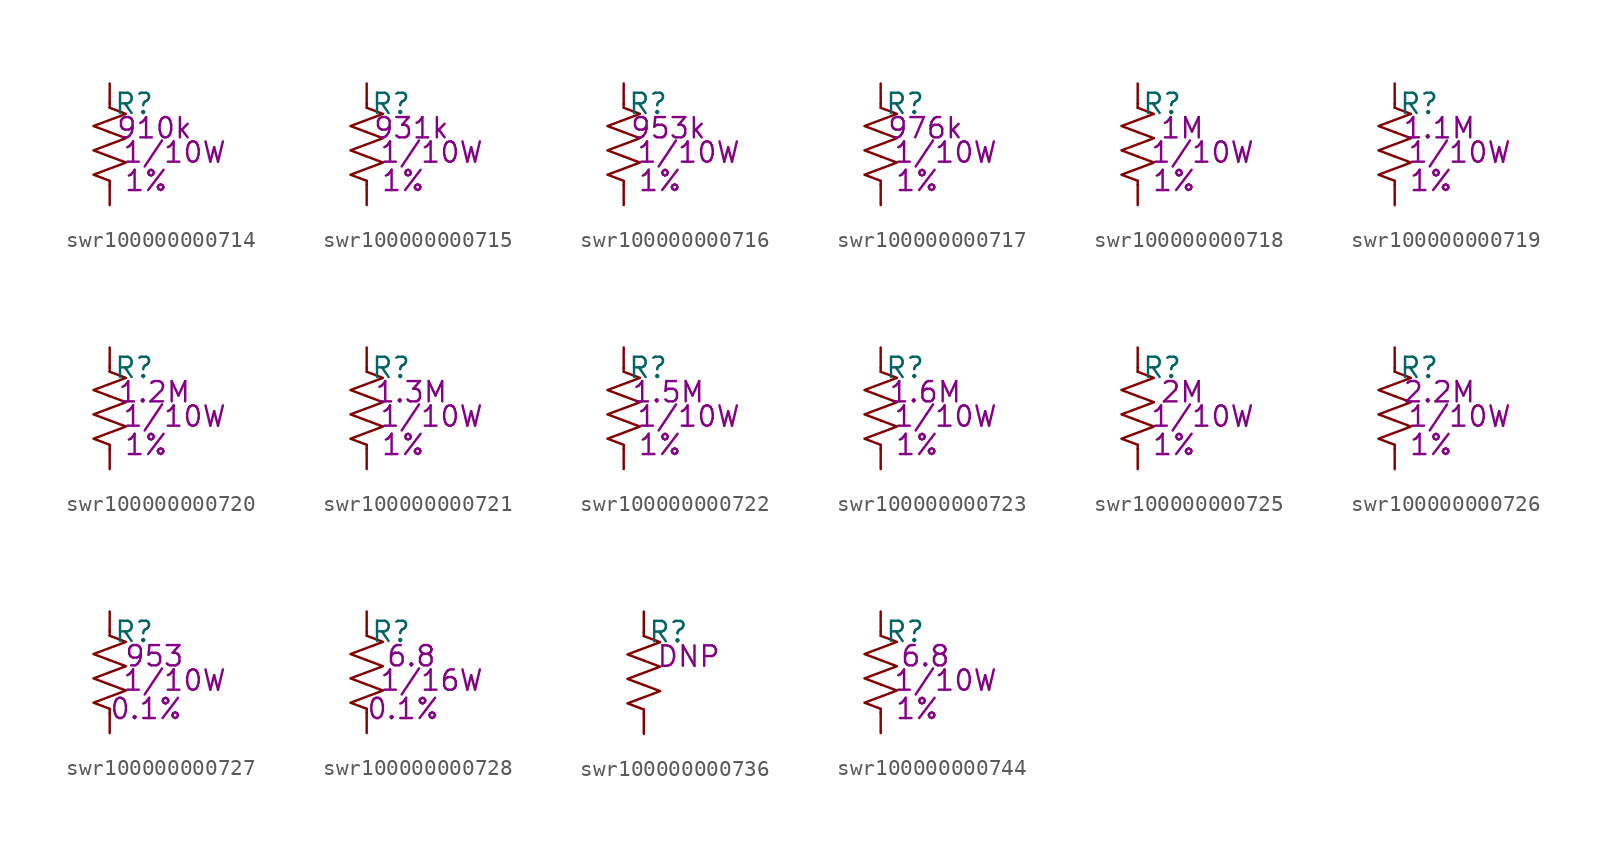
<source format=kicad_sym>
(kicad_symbol_lib
  (version 20211014)
  (generator kicad_symbol_editor)
  (symbol "swr100000000714"
    (pin_numbers hide)
    (pin_names
      (offset 1.016))
    (property "Reference" "R"
      (at 1.524 2.54 0)
      (effects (font (size 1.27 1.27))))
    (property "Tolerance" "1%"
      (at 2.286 -2.286 0)
      (effects (font (size 1.27 1.27))))
    (property "Wattage" "1/10W"
      (at 4.064 -0.508 0)
      (effects (font (size 1.27 1.27))))
    (property "PartValue" "910k"
      (at 2.794 1.016 0)
      (effects (font (size 1.27 1.27))))
    (symbol "swr100000000714_1_1"
      (polyline (pts (xy 0 -2.286) (xy 0 -2.54)) (stroke (width 0) (type default) (color 0 0 0 0)) (fill (type none)))
      (polyline (pts (xy 0 2.286) (xy 0 2.54)) (stroke (width 0) (type default) (color 0 0 0 0)) (fill (type none)))
      (polyline (pts (xy 0 -0.762) (xy 1.016 -1.143) (xy 0 -1.524) (xy -1.016 -1.905) (xy 0 -2.286)) (stroke (width 0) (type default) (color 0 0 0 0)) (fill (type none)))
      (polyline (pts (xy 0 0.762) (xy 1.016 0.381) (xy 0 0) (xy -1.016 -0.381) (xy 0 -0.762)) (stroke (width 0) (type default) (color 0 0 0 0)) (fill (type none)))
      (polyline (pts (xy 0 2.286) (xy 1.016 1.905) (xy 0 1.524) (xy -1.016 1.143) (xy 0 0.762)) (stroke (width 0) (type default) (color 0 0 0 0)) (fill (type none)))
      (pin passive line (at 0 3.81 270) (length 1.27) (name "~" (effects (font (size 1.27 1.27)))) (number "1" (effects (font (size 1.27 1.27)))))
      (pin passive line (at 0 -3.81 90) (length 1.27) (name "~" (effects (font (size 1.27 1.27)))) (number "2" (effects (font (size 1.27 1.27)))))))
  (symbol "swr100000000715"
    (pin_numbers hide)
    (pin_names
      (offset 1.016))
    (property "Reference" "R"
      (at 1.524 2.54 0)
      (effects (font (size 1.27 1.27))))
    (property "Tolerance" "1%"
      (at 2.286 -2.286 0)
      (effects (font (size 1.27 1.27))))
    (property "Wattage" "1/10W"
      (at 4.064 -0.508 0)
      (effects (font (size 1.27 1.27))))
    (property "PartValue" "931k"
      (at 2.794 1.016 0)
      (effects (font (size 1.27 1.27))))
    (symbol "swr100000000715_1_1"
      (polyline (pts (xy 0 -2.286) (xy 0 -2.54)) (stroke (width 0) (type default) (color 0 0 0 0)) (fill (type none)))
      (polyline (pts (xy 0 2.286) (xy 0 2.54)) (stroke (width 0) (type default) (color 0 0 0 0)) (fill (type none)))
      (polyline (pts (xy 0 -0.762) (xy 1.016 -1.143) (xy 0 -1.524) (xy -1.016 -1.905) (xy 0 -2.286)) (stroke (width 0) (type default) (color 0 0 0 0)) (fill (type none)))
      (polyline (pts (xy 0 0.762) (xy 1.016 0.381) (xy 0 0) (xy -1.016 -0.381) (xy 0 -0.762)) (stroke (width 0) (type default) (color 0 0 0 0)) (fill (type none)))
      (polyline (pts (xy 0 2.286) (xy 1.016 1.905) (xy 0 1.524) (xy -1.016 1.143) (xy 0 0.762)) (stroke (width 0) (type default) (color 0 0 0 0)) (fill (type none)))
      (pin passive line (at 0 3.81 270) (length 1.27) (name "~" (effects (font (size 1.27 1.27)))) (number "1" (effects (font (size 1.27 1.27)))))
      (pin passive line (at 0 -3.81 90) (length 1.27) (name "~" (effects (font (size 1.27 1.27)))) (number "2" (effects (font (size 1.27 1.27)))))))
  (symbol "swr100000000716"
    (pin_numbers hide)
    (pin_names
      (offset 1.016))
    (property "Reference" "R"
      (at 1.524 2.54 0)
      (effects (font (size 1.27 1.27))))
    (property "Tolerance" "1%"
      (at 2.286 -2.286 0)
      (effects (font (size 1.27 1.27))))
    (property "Wattage" "1/10W"
      (at 4.064 -0.508 0)
      (effects (font (size 1.27 1.27))))
    (property "PartValue" "953k"
      (at 2.794 1.016 0)
      (effects (font (size 1.27 1.27))))
    (symbol "swr100000000716_1_1"
      (polyline (pts (xy 0 -2.286) (xy 0 -2.54)) (stroke (width 0) (type default) (color 0 0 0 0)) (fill (type none)))
      (polyline (pts (xy 0 2.286) (xy 0 2.54)) (stroke (width 0) (type default) (color 0 0 0 0)) (fill (type none)))
      (polyline (pts (xy 0 -0.762) (xy 1.016 -1.143) (xy 0 -1.524) (xy -1.016 -1.905) (xy 0 -2.286)) (stroke (width 0) (type default) (color 0 0 0 0)) (fill (type none)))
      (polyline (pts (xy 0 0.762) (xy 1.016 0.381) (xy 0 0) (xy -1.016 -0.381) (xy 0 -0.762)) (stroke (width 0) (type default) (color 0 0 0 0)) (fill (type none)))
      (polyline (pts (xy 0 2.286) (xy 1.016 1.905) (xy 0 1.524) (xy -1.016 1.143) (xy 0 0.762)) (stroke (width 0) (type default) (color 0 0 0 0)) (fill (type none)))
      (pin passive line (at 0 3.81 270) (length 1.27) (name "~" (effects (font (size 1.27 1.27)))) (number "1" (effects (font (size 1.27 1.27)))))
      (pin passive line (at 0 -3.81 90) (length 1.27) (name "~" (effects (font (size 1.27 1.27)))) (number "2" (effects (font (size 1.27 1.27)))))))
  (symbol "swr100000000717"
    (pin_numbers hide)
    (pin_names
      (offset 1.016))
    (property "Reference" "R"
      (at 1.524 2.54 0)
      (effects (font (size 1.27 1.27))))
    (property "Tolerance" "1%"
      (at 2.286 -2.286 0)
      (effects (font (size 1.27 1.27))))
    (property "Wattage" "1/10W"
      (at 4.064 -0.508 0)
      (effects (font (size 1.27 1.27))))
    (property "PartValue" "976k"
      (at 2.794 1.016 0)
      (effects (font (size 1.27 1.27))))
    (symbol "swr100000000717_1_1"
      (polyline (pts (xy 0 -2.286) (xy 0 -2.54)) (stroke (width 0) (type default) (color 0 0 0 0)) (fill (type none)))
      (polyline (pts (xy 0 2.286) (xy 0 2.54)) (stroke (width 0) (type default) (color 0 0 0 0)) (fill (type none)))
      (polyline (pts (xy 0 -0.762) (xy 1.016 -1.143) (xy 0 -1.524) (xy -1.016 -1.905) (xy 0 -2.286)) (stroke (width 0) (type default) (color 0 0 0 0)) (fill (type none)))
      (polyline (pts (xy 0 0.762) (xy 1.016 0.381) (xy 0 0) (xy -1.016 -0.381) (xy 0 -0.762)) (stroke (width 0) (type default) (color 0 0 0 0)) (fill (type none)))
      (polyline (pts (xy 0 2.286) (xy 1.016 1.905) (xy 0 1.524) (xy -1.016 1.143) (xy 0 0.762)) (stroke (width 0) (type default) (color 0 0 0 0)) (fill (type none)))
      (pin passive line (at 0 3.81 270) (length 1.27) (name "~" (effects (font (size 1.27 1.27)))) (number "1" (effects (font (size 1.27 1.27)))))
      (pin passive line (at 0 -3.81 90) (length 1.27) (name "~" (effects (font (size 1.27 1.27)))) (number "2" (effects (font (size 1.27 1.27)))))))
  (symbol "swr100000000718"
    (pin_numbers hide)
    (pin_names
      (offset 1.016))
    (property "Reference" "R"
      (at 1.524 2.54 0)
      (effects (font (size 1.27 1.27))))
    (property "Tolerance" "1%"
      (at 2.286 -2.286 0)
      (effects (font (size 1.27 1.27))))
    (property "Wattage" "1/10W"
      (at 4.064 -0.508 0)
      (effects (font (size 1.27 1.27))))
    (property "PartValue" "1M"
      (at 2.794 1.016 0)
      (effects (font (size 1.27 1.27))))
    (symbol "swr100000000718_1_1"
      (polyline (pts (xy 0 -2.286) (xy 0 -2.54)) (stroke (width 0) (type default) (color 0 0 0 0)) (fill (type none)))
      (polyline (pts (xy 0 2.286) (xy 0 2.54)) (stroke (width 0) (type default) (color 0 0 0 0)) (fill (type none)))
      (polyline (pts (xy 0 -0.762) (xy 1.016 -1.143) (xy 0 -1.524) (xy -1.016 -1.905) (xy 0 -2.286)) (stroke (width 0) (type default) (color 0 0 0 0)) (fill (type none)))
      (polyline (pts (xy 0 0.762) (xy 1.016 0.381) (xy 0 0) (xy -1.016 -0.381) (xy 0 -0.762)) (stroke (width 0) (type default) (color 0 0 0 0)) (fill (type none)))
      (polyline (pts (xy 0 2.286) (xy 1.016 1.905) (xy 0 1.524) (xy -1.016 1.143) (xy 0 0.762)) (stroke (width 0) (type default) (color 0 0 0 0)) (fill (type none)))
      (pin passive line (at 0 3.81 270) (length 1.27) (name "~" (effects (font (size 1.27 1.27)))) (number "1" (effects (font (size 1.27 1.27)))))
      (pin passive line (at 0 -3.81 90) (length 1.27) (name "~" (effects (font (size 1.27 1.27)))) (number "2" (effects (font (size 1.27 1.27)))))))
  (symbol "swr100000000719"
    (pin_numbers hide)
    (pin_names
      (offset 1.016))
    (property "Reference" "R"
      (at 1.524 2.54 0)
      (effects (font (size 1.27 1.27))))
    (property "Tolerance" "1%"
      (at 2.286 -2.286 0)
      (effects (font (size 1.27 1.27))))
    (property "Wattage" "1/10W"
      (at 4.064 -0.508 0)
      (effects (font (size 1.27 1.27))))
    (property "PartValue" "1.1M"
      (at 2.794 1.016 0)
      (effects (font (size 1.27 1.27))))
    (symbol "swr100000000719_1_1"
      (polyline (pts (xy 0 -2.286) (xy 0 -2.54)) (stroke (width 0) (type default) (color 0 0 0 0)) (fill (type none)))
      (polyline (pts (xy 0 2.286) (xy 0 2.54)) (stroke (width 0) (type default) (color 0 0 0 0)) (fill (type none)))
      (polyline (pts (xy 0 -0.762) (xy 1.016 -1.143) (xy 0 -1.524) (xy -1.016 -1.905) (xy 0 -2.286)) (stroke (width 0) (type default) (color 0 0 0 0)) (fill (type none)))
      (polyline (pts (xy 0 0.762) (xy 1.016 0.381) (xy 0 0) (xy -1.016 -0.381) (xy 0 -0.762)) (stroke (width 0) (type default) (color 0 0 0 0)) (fill (type none)))
      (polyline (pts (xy 0 2.286) (xy 1.016 1.905) (xy 0 1.524) (xy -1.016 1.143) (xy 0 0.762)) (stroke (width 0) (type default) (color 0 0 0 0)) (fill (type none)))
      (pin passive line (at 0 3.81 270) (length 1.27) (name "~" (effects (font (size 1.27 1.27)))) (number "1" (effects (font (size 1.27 1.27)))))
      (pin passive line (at 0 -3.81 90) (length 1.27) (name "~" (effects (font (size 1.27 1.27)))) (number "2" (effects (font (size 1.27 1.27)))))))
  (symbol "swr100000000720"
    (pin_numbers hide)
    (pin_names
      (offset 1.016))
    (property "Reference" "R"
      (at 1.524 2.54 0)
      (effects (font (size 1.27 1.27))))
    (property "Tolerance" "1%"
      (at 2.286 -2.286 0)
      (effects (font (size 1.27 1.27))))
    (property "Wattage" "1/10W"
      (at 4.064 -0.508 0)
      (effects (font (size 1.27 1.27))))
    (property "PartValue" "1.2M"
      (at 2.794 1.016 0)
      (effects (font (size 1.27 1.27))))
    (symbol "swr100000000720_1_1"
      (polyline (pts (xy 0 -2.286) (xy 0 -2.54)) (stroke (width 0) (type default) (color 0 0 0 0)) (fill (type none)))
      (polyline (pts (xy 0 2.286) (xy 0 2.54)) (stroke (width 0) (type default) (color 0 0 0 0)) (fill (type none)))
      (polyline (pts (xy 0 -0.762) (xy 1.016 -1.143) (xy 0 -1.524) (xy -1.016 -1.905) (xy 0 -2.286)) (stroke (width 0) (type default) (color 0 0 0 0)) (fill (type none)))
      (polyline (pts (xy 0 0.762) (xy 1.016 0.381) (xy 0 0) (xy -1.016 -0.381) (xy 0 -0.762)) (stroke (width 0) (type default) (color 0 0 0 0)) (fill (type none)))
      (polyline (pts (xy 0 2.286) (xy 1.016 1.905) (xy 0 1.524) (xy -1.016 1.143) (xy 0 0.762)) (stroke (width 0) (type default) (color 0 0 0 0)) (fill (type none)))
      (pin passive line (at 0 3.81 270) (length 1.27) (name "~" (effects (font (size 1.27 1.27)))) (number "1" (effects (font (size 1.27 1.27)))))
      (pin passive line (at 0 -3.81 90) (length 1.27) (name "~" (effects (font (size 1.27 1.27)))) (number "2" (effects (font (size 1.27 1.27)))))))
  (symbol "swr100000000721"
    (pin_numbers hide)
    (pin_names
      (offset 1.016))
    (property "Reference" "R"
      (at 1.524 2.54 0)
      (effects (font (size 1.27 1.27))))
    (property "Tolerance" "1%"
      (at 2.286 -2.286 0)
      (effects (font (size 1.27 1.27))))
    (property "Wattage" "1/10W"
      (at 4.064 -0.508 0)
      (effects (font (size 1.27 1.27))))
    (property "PartValue" "1.3M"
      (at 2.794 1.016 0)
      (effects (font (size 1.27 1.27))))
    (symbol "swr100000000721_1_1"
      (polyline (pts (xy 0 -2.286) (xy 0 -2.54)) (stroke (width 0) (type default) (color 0 0 0 0)) (fill (type none)))
      (polyline (pts (xy 0 2.286) (xy 0 2.54)) (stroke (width 0) (type default) (color 0 0 0 0)) (fill (type none)))
      (polyline (pts (xy 0 -0.762) (xy 1.016 -1.143) (xy 0 -1.524) (xy -1.016 -1.905) (xy 0 -2.286)) (stroke (width 0) (type default) (color 0 0 0 0)) (fill (type none)))
      (polyline (pts (xy 0 0.762) (xy 1.016 0.381) (xy 0 0) (xy -1.016 -0.381) (xy 0 -0.762)) (stroke (width 0) (type default) (color 0 0 0 0)) (fill (type none)))
      (polyline (pts (xy 0 2.286) (xy 1.016 1.905) (xy 0 1.524) (xy -1.016 1.143) (xy 0 0.762)) (stroke (width 0) (type default) (color 0 0 0 0)) (fill (type none)))
      (pin passive line (at 0 3.81 270) (length 1.27) (name "~" (effects (font (size 1.27 1.27)))) (number "1" (effects (font (size 1.27 1.27)))))
      (pin passive line (at 0 -3.81 90) (length 1.27) (name "~" (effects (font (size 1.27 1.27)))) (number "2" (effects (font (size 1.27 1.27)))))))
  (symbol "swr100000000722"
    (pin_numbers hide)
    (pin_names
      (offset 1.016))
    (property "Reference" "R"
      (at 1.524 2.54 0)
      (effects (font (size 1.27 1.27))))
    (property "Tolerance" "1%"
      (at 2.286 -2.286 0)
      (effects (font (size 1.27 1.27))))
    (property "Wattage" "1/10W"
      (at 4.064 -0.508 0)
      (effects (font (size 1.27 1.27))))
    (property "PartValue" "1.5M"
      (at 2.794 1.016 0)
      (effects (font (size 1.27 1.27))))
    (symbol "swr100000000722_1_1"
      (polyline (pts (xy 0 -2.286) (xy 0 -2.54)) (stroke (width 0) (type default) (color 0 0 0 0)) (fill (type none)))
      (polyline (pts (xy 0 2.286) (xy 0 2.54)) (stroke (width 0) (type default) (color 0 0 0 0)) (fill (type none)))
      (polyline (pts (xy 0 -0.762) (xy 1.016 -1.143) (xy 0 -1.524) (xy -1.016 -1.905) (xy 0 -2.286)) (stroke (width 0) (type default) (color 0 0 0 0)) (fill (type none)))
      (polyline (pts (xy 0 0.762) (xy 1.016 0.381) (xy 0 0) (xy -1.016 -0.381) (xy 0 -0.762)) (stroke (width 0) (type default) (color 0 0 0 0)) (fill (type none)))
      (polyline (pts (xy 0 2.286) (xy 1.016 1.905) (xy 0 1.524) (xy -1.016 1.143) (xy 0 0.762)) (stroke (width 0) (type default) (color 0 0 0 0)) (fill (type none)))
      (pin passive line (at 0 3.81 270) (length 1.27) (name "~" (effects (font (size 1.27 1.27)))) (number "1" (effects (font (size 1.27 1.27)))))
      (pin passive line (at 0 -3.81 90) (length 1.27) (name "~" (effects (font (size 1.27 1.27)))) (number "2" (effects (font (size 1.27 1.27)))))))
  (symbol "swr100000000723"
    (pin_numbers hide)
    (pin_names
      (offset 1.016))
    (property "Reference" "R"
      (at 1.524 2.54 0)
      (effects (font (size 1.27 1.27))))
    (property "Tolerance" "1%"
      (at 2.286 -2.286 0)
      (effects (font (size 1.27 1.27))))
    (property "Wattage" "1/10W"
      (at 4.064 -0.508 0)
      (effects (font (size 1.27 1.27))))
    (property "PartValue" "1.6M"
      (at 2.794 1.016 0)
      (effects (font (size 1.27 1.27))))
    (symbol "swr100000000723_1_1"
      (polyline (pts (xy 0 -2.286) (xy 0 -2.54)) (stroke (width 0) (type default) (color 0 0 0 0)) (fill (type none)))
      (polyline (pts (xy 0 2.286) (xy 0 2.54)) (stroke (width 0) (type default) (color 0 0 0 0)) (fill (type none)))
      (polyline (pts (xy 0 -0.762) (xy 1.016 -1.143) (xy 0 -1.524) (xy -1.016 -1.905) (xy 0 -2.286)) (stroke (width 0) (type default) (color 0 0 0 0)) (fill (type none)))
      (polyline (pts (xy 0 0.762) (xy 1.016 0.381) (xy 0 0) (xy -1.016 -0.381) (xy 0 -0.762)) (stroke (width 0) (type default) (color 0 0 0 0)) (fill (type none)))
      (polyline (pts (xy 0 2.286) (xy 1.016 1.905) (xy 0 1.524) (xy -1.016 1.143) (xy 0 0.762)) (stroke (width 0) (type default) (color 0 0 0 0)) (fill (type none)))
      (pin passive line (at 0 3.81 270) (length 1.27) (name "~" (effects (font (size 1.27 1.27)))) (number "1" (effects (font (size 1.27 1.27)))))
      (pin passive line (at 0 -3.81 90) (length 1.27) (name "~" (effects (font (size 1.27 1.27)))) (number "2" (effects (font (size 1.27 1.27)))))))
  (symbol "swr100000000725"
    (pin_numbers hide)
    (pin_names
      (offset 1.016))
    (property "Reference" "R"
      (at 1.524 2.54 0)
      (effects (font (size 1.27 1.27))))
    (property "Tolerance" "1%"
      (at 2.286 -2.286 0)
      (effects (font (size 1.27 1.27))))
    (property "Wattage" "1/10W"
      (at 4.064 -0.508 0)
      (effects (font (size 1.27 1.27))))
    (property "PartValue" "2M"
      (at 2.794 1.016 0)
      (effects (font (size 1.27 1.27))))
    (symbol "swr100000000725_1_1"
      (polyline (pts (xy 0 -2.286) (xy 0 -2.54)) (stroke (width 0) (type default) (color 0 0 0 0)) (fill (type none)))
      (polyline (pts (xy 0 2.286) (xy 0 2.54)) (stroke (width 0) (type default) (color 0 0 0 0)) (fill (type none)))
      (polyline (pts (xy 0 -0.762) (xy 1.016 -1.143) (xy 0 -1.524) (xy -1.016 -1.905) (xy 0 -2.286)) (stroke (width 0) (type default) (color 0 0 0 0)) (fill (type none)))
      (polyline (pts (xy 0 0.762) (xy 1.016 0.381) (xy 0 0) (xy -1.016 -0.381) (xy 0 -0.762)) (stroke (width 0) (type default) (color 0 0 0 0)) (fill (type none)))
      (polyline (pts (xy 0 2.286) (xy 1.016 1.905) (xy 0 1.524) (xy -1.016 1.143) (xy 0 0.762)) (stroke (width 0) (type default) (color 0 0 0 0)) (fill (type none)))
      (pin passive line (at 0 3.81 270) (length 1.27) (name "~" (effects (font (size 1.27 1.27)))) (number "1" (effects (font (size 1.27 1.27)))))
      (pin passive line (at 0 -3.81 90) (length 1.27) (name "~" (effects (font (size 1.27 1.27)))) (number "2" (effects (font (size 1.27 1.27)))))))
  (symbol "swr100000000726"
    (pin_numbers hide)
    (pin_names
      (offset 1.016))
    (property "Reference" "R"
      (at 1.524 2.54 0)
      (effects (font (size 1.27 1.27))))
    (property "Tolerance" "1%"
      (at 2.286 -2.286 0)
      (effects (font (size 1.27 1.27))))
    (property "Wattage" "1/10W"
      (at 4.064 -0.508 0)
      (effects (font (size 1.27 1.27))))
    (property "PartValue" "2.2M"
      (at 2.794 1.016 0)
      (effects (font (size 1.27 1.27))))
    (symbol "swr100000000726_1_1"
      (polyline (pts (xy 0 -2.286) (xy 0 -2.54)) (stroke (width 0) (type default) (color 0 0 0 0)) (fill (type none)))
      (polyline (pts (xy 0 2.286) (xy 0 2.54)) (stroke (width 0) (type default) (color 0 0 0 0)) (fill (type none)))
      (polyline (pts (xy 0 -0.762) (xy 1.016 -1.143) (xy 0 -1.524) (xy -1.016 -1.905) (xy 0 -2.286)) (stroke (width 0) (type default) (color 0 0 0 0)) (fill (type none)))
      (polyline (pts (xy 0 0.762) (xy 1.016 0.381) (xy 0 0) (xy -1.016 -0.381) (xy 0 -0.762)) (stroke (width 0) (type default) (color 0 0 0 0)) (fill (type none)))
      (polyline (pts (xy 0 2.286) (xy 1.016 1.905) (xy 0 1.524) (xy -1.016 1.143) (xy 0 0.762)) (stroke (width 0) (type default) (color 0 0 0 0)) (fill (type none)))
      (pin passive line (at 0 3.81 270) (length 1.27) (name "~" (effects (font (size 1.27 1.27)))) (number "1" (effects (font (size 1.27 1.27)))))
      (pin passive line (at 0 -3.81 90) (length 1.27) (name "~" (effects (font (size 1.27 1.27)))) (number "2" (effects (font (size 1.27 1.27)))))))
  (symbol "swr100000000727"
    (pin_numbers hide)
    (pin_names
      (offset 1.016))
    (property "Reference" "R"
      (at 1.524 2.54 0)
      (effects (font (size 1.27 1.27))))
    (property "Tolerance" "0.1%"
      (at 2.286 -2.286 0)
      (effects (font (size 1.27 1.27))))
    (property "Wattage" "1/10W"
      (at 4.064 -0.508 0)
      (effects (font (size 1.27 1.27))))
    (property "PartValue" "953"
      (at 2.794 1.016 0)
      (effects (font (size 1.27 1.27))))
    (symbol "swr100000000727_1_1"
      (polyline (pts (xy 0 -2.286) (xy 0 -2.54)) (stroke (width 0) (type default) (color 0 0 0 0)) (fill (type none)))
      (polyline (pts (xy 0 2.286) (xy 0 2.54)) (stroke (width 0) (type default) (color 0 0 0 0)) (fill (type none)))
      (polyline (pts (xy 0 -0.762) (xy 1.016 -1.143) (xy 0 -1.524) (xy -1.016 -1.905) (xy 0 -2.286)) (stroke (width 0) (type default) (color 0 0 0 0)) (fill (type none)))
      (polyline (pts (xy 0 0.762) (xy 1.016 0.381) (xy 0 0) (xy -1.016 -0.381) (xy 0 -0.762)) (stroke (width 0) (type default) (color 0 0 0 0)) (fill (type none)))
      (polyline (pts (xy 0 2.286) (xy 1.016 1.905) (xy 0 1.524) (xy -1.016 1.143) (xy 0 0.762)) (stroke (width 0) (type default) (color 0 0 0 0)) (fill (type none)))
      (pin passive line (at 0 3.81 270) (length 1.27) (name "~" (effects (font (size 1.27 1.27)))) (number "1" (effects (font (size 1.27 1.27)))))
      (pin passive line (at 0 -3.81 90) (length 1.27) (name "~" (effects (font (size 1.27 1.27)))) (number "2" (effects (font (size 1.27 1.27)))))))
  (symbol "swr100000000728"
    (pin_numbers hide)
    (pin_names
      (offset 1.016))
    (property "Reference" "R"
      (at 1.524 2.54 0)
      (effects (font (size 1.27 1.27))))
    (property "Tolerance" "0.1%"
      (at 2.286 -2.286 0)
      (effects (font (size 1.27 1.27))))
    (property "Wattage" "1/16W"
      (at 4.064 -0.508 0)
      (effects (font (size 1.27 1.27))))
    (property "PartValue" "6.8"
      (at 2.794 1.016 0)
      (effects (font (size 1.27 1.27))))
    (symbol "swr100000000728_1_1"
      (polyline (pts (xy 0 -2.286) (xy 0 -2.54)) (stroke (width 0) (type default) (color 0 0 0 0)) (fill (type none)))
      (polyline (pts (xy 0 2.286) (xy 0 2.54)) (stroke (width 0) (type default) (color 0 0 0 0)) (fill (type none)))
      (polyline (pts (xy 0 -0.762) (xy 1.016 -1.143) (xy 0 -1.524) (xy -1.016 -1.905) (xy 0 -2.286)) (stroke (width 0) (type default) (color 0 0 0 0)) (fill (type none)))
      (polyline (pts (xy 0 0.762) (xy 1.016 0.381) (xy 0 0) (xy -1.016 -0.381) (xy 0 -0.762)) (stroke (width 0) (type default) (color 0 0 0 0)) (fill (type none)))
      (polyline (pts (xy 0 2.286) (xy 1.016 1.905) (xy 0 1.524) (xy -1.016 1.143) (xy 0 0.762)) (stroke (width 0) (type default) (color 0 0 0 0)) (fill (type none)))
      (pin passive line (at 0 3.81 270) (length 1.27) (name "~" (effects (font (size 1.27 1.27)))) (number "1" (effects (font (size 1.27 1.27)))))
      (pin passive line (at 0 -3.81 90) (length 1.27) (name "~" (effects (font (size 1.27 1.27)))) (number "2" (effects (font (size 1.27 1.27)))))))
  (symbol "swr100000000736"
    (pin_numbers hide)
    (pin_names
      (offset 1.016))
    (property "Reference" "R"
      (at 1.524 2.54 0)
      (effects (font (size 1.27 1.27))))
    (property "PartValue" "DNP"
      (at 2.794 1.016 0)
      (effects (font (size 1.27 1.27))))
    (symbol "swr100000000736_1_1"
      (polyline (pts (xy 0 -2.286) (xy 0 -2.54)) (stroke (width 0) (type default) (color 0 0 0 0)) (fill (type none)))
      (polyline (pts (xy 0 2.286) (xy 0 2.54)) (stroke (width 0) (type default) (color 0 0 0 0)) (fill (type none)))
      (polyline (pts (xy 0 -0.762) (xy 1.016 -1.143) (xy 0 -1.524) (xy -1.016 -1.905) (xy 0 -2.286)) (stroke (width 0) (type default) (color 0 0 0 0)) (fill (type none)))
      (polyline (pts (xy 0 0.762) (xy 1.016 0.381) (xy 0 0) (xy -1.016 -0.381) (xy 0 -0.762)) (stroke (width 0) (type default) (color 0 0 0 0)) (fill (type none)))
      (polyline (pts (xy 0 2.286) (xy 1.016 1.905) (xy 0 1.524) (xy -1.016 1.143) (xy 0 0.762)) (stroke (width 0) (type default) (color 0 0 0 0)) (fill (type none)))
      (pin passive line (at 0 3.81 270) (length 1.27) (name "~" (effects (font (size 1.27 1.27)))) (number "1" (effects (font (size 1.27 1.27)))))
      (pin passive line (at 0 -3.81 90) (length 1.27) (name "~" (effects (font (size 1.27 1.27)))) (number "2" (effects (font (size 1.27 1.27)))))))
  (symbol "swr100000000744"
    (pin_numbers hide)
    (pin_names
      (offset 1.016))
    (property "Reference" "R"
      (at 1.524 2.54 0)
      (effects (font (size 1.27 1.27))))
    (property "Tolerance" "1%"
      (at 2.286 -2.286 0)
      (effects (font (size 1.27 1.27))))
    (property "Wattage" "1/10W"
      (at 4.064 -0.508 0)
      (effects (font (size 1.27 1.27))))
    (property "PartValue" "6.8"
      (at 2.794 1.016 0)
      (effects (font (size 1.27 1.27))))
    (symbol "swr100000000744_1_1"
      (polyline (pts (xy 0 -2.286) (xy 0 -2.54)) (stroke (width 0) (type default) (color 0 0 0 0)) (fill (type none)))
      (polyline (pts (xy 0 2.286) (xy 0 2.54)) (stroke (width 0) (type default) (color 0 0 0 0)) (fill (type none)))
      (polyline (pts (xy 0 -0.762) (xy 1.016 -1.143) (xy 0 -1.524) (xy -1.016 -1.905) (xy 0 -2.286)) (stroke (width 0) (type default) (color 0 0 0 0)) (fill (type none)))
      (polyline (pts (xy 0 0.762) (xy 1.016 0.381) (xy 0 0) (xy -1.016 -0.381) (xy 0 -0.762)) (stroke (width 0) (type default) (color 0 0 0 0)) (fill (type none)))
      (polyline (pts (xy 0 2.286) (xy 1.016 1.905) (xy 0 1.524) (xy -1.016 1.143) (xy 0 0.762)) (stroke (width 0) (type default) (color 0 0 0 0)) (fill (type none)))
      (pin passive line (at 0 3.81 270) (length 1.27) (name "~" (effects (font (size 1.27 1.27)))) (number "1" (effects (font (size 1.27 1.27)))))
      (pin passive line (at 0 -3.81 90) (length 1.27) (name "~" (effects (font (size 1.27 1.27)))) (number "2" (effects (font (size 1.27 1.27))))))))
</source>
